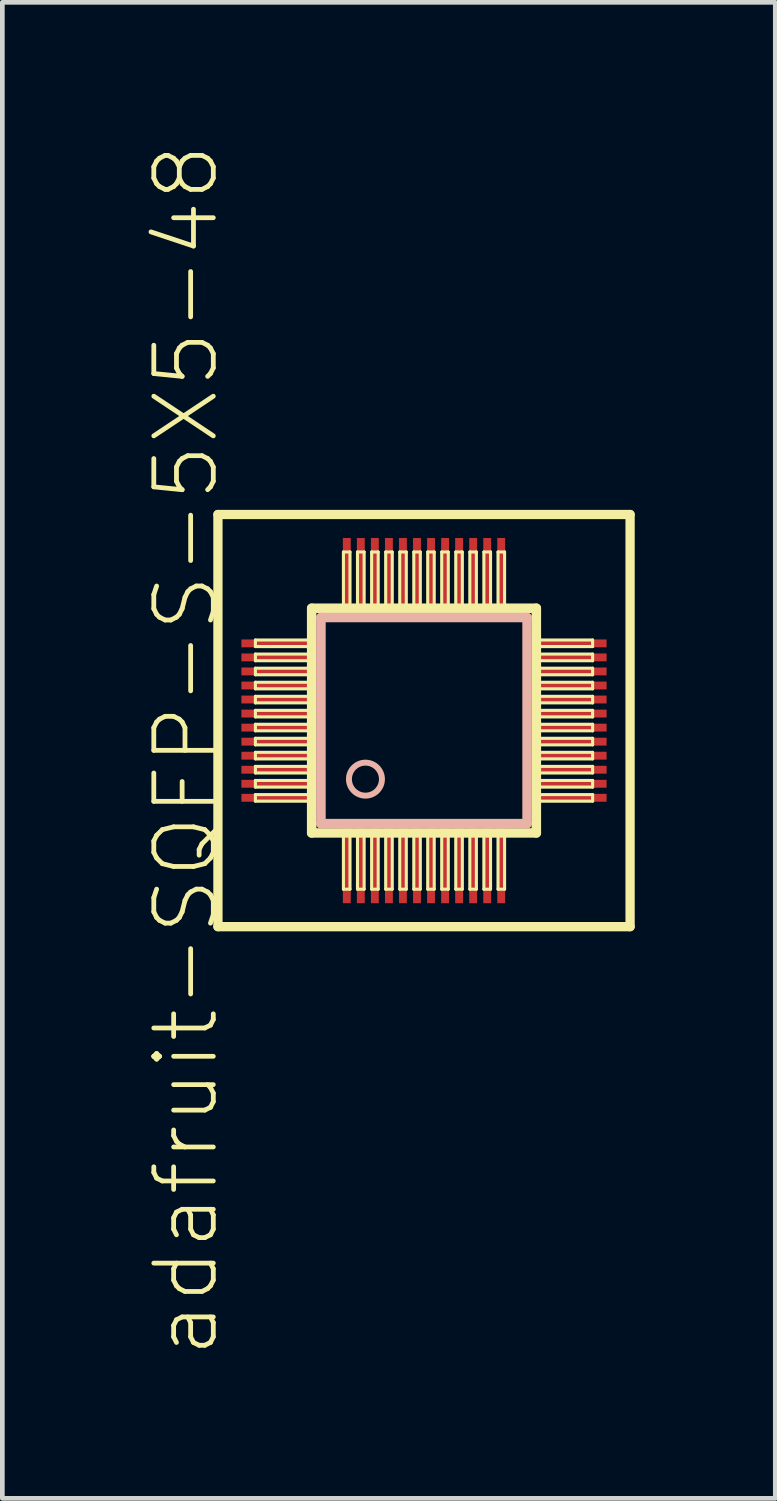
<source format=kicad_pcb>
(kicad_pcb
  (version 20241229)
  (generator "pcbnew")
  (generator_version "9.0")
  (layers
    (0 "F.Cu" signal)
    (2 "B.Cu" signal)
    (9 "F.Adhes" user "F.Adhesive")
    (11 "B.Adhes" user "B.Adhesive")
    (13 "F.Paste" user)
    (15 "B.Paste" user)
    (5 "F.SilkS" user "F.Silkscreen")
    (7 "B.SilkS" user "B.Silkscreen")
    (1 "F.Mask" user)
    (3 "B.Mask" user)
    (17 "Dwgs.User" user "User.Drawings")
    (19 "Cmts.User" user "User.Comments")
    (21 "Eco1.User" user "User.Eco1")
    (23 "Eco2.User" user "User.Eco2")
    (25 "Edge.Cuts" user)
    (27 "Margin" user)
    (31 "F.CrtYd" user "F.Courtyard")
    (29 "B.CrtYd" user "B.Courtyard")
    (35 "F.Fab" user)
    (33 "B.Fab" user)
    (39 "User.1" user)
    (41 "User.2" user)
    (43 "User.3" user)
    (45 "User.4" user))
  (footprint "adafruit-SQFP-S-5X5-48"
    (layer "F.Cu")
    (at 6.001 12.332)
    (property "Reference" "adafruit-SQFP-S-5X5-48" (at -5.08 0.635 90) (layer "F.SilkS") (effects (font (size 1.27 1.27) (thickness 0.102))))
    (attr smd)
    (fp_line (start -4.399 -4.399) (end 4.399 -4.399) (stroke (width 0.198) (type solid)) (layer "F.SilkS"))
    (fp_line (start -4.399 4.399) (end -4.399 -4.399) (stroke (width 0.198) (type solid)) (layer "F.SilkS"))
    (fp_line (start -3.599 -1.72) (end -2.449 -1.72) (stroke (width 0.066) (type solid)) (layer "F.SilkS"))
    (fp_line (start -3.599 -1.58) (end -3.599 -1.72) (stroke (width 0.066) (type solid)) (layer "F.SilkS"))
    (fp_line (start -3.599 -1.58) (end -2.449 -1.58) (stroke (width 0.066) (type solid)) (layer "F.SilkS"))
    (fp_line (start -3.599 -1.42) (end -2.449 -1.42) (stroke (width 0.066) (type solid)) (layer "F.SilkS"))
    (fp_line (start -3.599 -1.278) (end -3.599 -1.42) (stroke (width 0.066) (type solid)) (layer "F.SilkS"))
    (fp_line (start -3.599 -1.278) (end -2.449 -1.278) (stroke (width 0.066) (type solid)) (layer "F.SilkS"))
    (fp_line (start -3.599 -1.118) (end -2.449 -1.118) (stroke (width 0.066) (type solid)) (layer "F.SilkS"))
    (fp_line (start -3.599 -0.978) (end -3.599 -1.118) (stroke (width 0.066) (type solid)) (layer "F.SilkS"))
    (fp_line (start -3.599 -0.978) (end -2.449 -0.978) (stroke (width 0.066) (type solid)) (layer "F.SilkS"))
    (fp_line (start -3.599 -0.818) (end -2.449 -0.818) (stroke (width 0.066) (type solid)) (layer "F.SilkS"))
    (fp_line (start -3.599 -0.678) (end -3.599 -0.818) (stroke (width 0.066) (type solid)) (layer "F.SilkS"))
    (fp_line (start -3.599 -0.678) (end -2.449 -0.678) (stroke (width 0.066) (type solid)) (layer "F.SilkS"))
    (fp_line (start -3.599 -0.518) (end -2.449 -0.518) (stroke (width 0.066) (type solid)) (layer "F.SilkS"))
    (fp_line (start -3.599 -0.378) (end -3.599 -0.518) (stroke (width 0.066) (type solid)) (layer "F.SilkS"))
    (fp_line (start -3.599 -0.378) (end -2.449 -0.378) (stroke (width 0.066) (type solid)) (layer "F.SilkS"))
    (fp_line (start -3.599 -0.218) (end -2.449 -0.218) (stroke (width 0.066) (type solid)) (layer "F.SilkS"))
    (fp_line (start -3.599 -0.079) (end -3.599 -0.218) (stroke (width 0.066) (type solid)) (layer "F.SilkS"))
    (fp_line (start -3.599 -0.079) (end -2.449 -0.079) (stroke (width 0.066) (type solid)) (layer "F.SilkS"))
    (fp_line (start -3.599 0.079) (end -2.449 0.079) (stroke (width 0.066) (type solid)) (layer "F.SilkS"))
    (fp_line (start -3.599 0.218) (end -3.599 0.079) (stroke (width 0.066) (type solid)) (layer "F.SilkS"))
    (fp_line (start -3.599 0.218) (end -2.449 0.218) (stroke (width 0.066) (type solid)) (layer "F.SilkS"))
    (fp_line (start -3.599 0.378) (end -2.449 0.378) (stroke (width 0.066) (type solid)) (layer "F.SilkS"))
    (fp_line (start -3.599 0.518) (end -3.599 0.378) (stroke (width 0.066) (type solid)) (layer "F.SilkS"))
    (fp_line (start -3.599 0.518) (end -2.449 0.518) (stroke (width 0.066) (type solid)) (layer "F.SilkS"))
    (fp_line (start -3.599 0.678) (end -2.449 0.678) (stroke (width 0.066) (type solid)) (layer "F.SilkS"))
    (fp_line (start -3.599 0.818) (end -3.599 0.678) (stroke (width 0.066) (type solid)) (layer "F.SilkS"))
    (fp_line (start -3.599 0.818) (end -2.449 0.818) (stroke (width 0.066) (type solid)) (layer "F.SilkS"))
    (fp_line (start -3.599 0.978) (end -2.449 0.978) (stroke (width 0.066) (type solid)) (layer "F.SilkS"))
    (fp_line (start -3.599 1.118) (end -3.599 0.978) (stroke (width 0.066) (type solid)) (layer "F.SilkS"))
    (fp_line (start -3.599 1.118) (end -2.449 1.118) (stroke (width 0.066) (type solid)) (layer "F.SilkS"))
    (fp_line (start -3.599 1.278) (end -2.449 1.278) (stroke (width 0.066) (type solid)) (layer "F.SilkS"))
    (fp_line (start -3.599 1.42) (end -3.599 1.278) (stroke (width 0.066) (type solid)) (layer "F.SilkS"))
    (fp_line (start -3.599 1.42) (end -2.449 1.42) (stroke (width 0.066) (type solid)) (layer "F.SilkS"))
    (fp_line (start -3.599 1.58) (end -2.449 1.58) (stroke (width 0.066) (type solid)) (layer "F.SilkS"))
    (fp_line (start -3.599 1.72) (end -3.599 1.58) (stroke (width 0.066) (type solid)) (layer "F.SilkS"))
    (fp_line (start -3.599 1.72) (end -2.449 1.72) (stroke (width 0.066) (type solid)) (layer "F.SilkS"))
    (fp_line (start -2.449 -1.58) (end -2.449 -1.72) (stroke (width 0.066) (type solid)) (layer "F.SilkS"))
    (fp_line (start -2.449 -1.278) (end -2.449 -1.42) (stroke (width 0.066) (type solid)) (layer "F.SilkS"))
    (fp_line (start -2.449 -0.978) (end -2.449 -1.118) (stroke (width 0.066) (type solid)) (layer "F.SilkS"))
    (fp_line (start -2.449 -0.678) (end -2.449 -0.818) (stroke (width 0.066) (type solid)) (layer "F.SilkS"))
    (fp_line (start -2.449 -0.378) (end -2.449 -0.518) (stroke (width 0.066) (type solid)) (layer "F.SilkS"))
    (fp_line (start -2.449 -0.079) (end -2.449 -0.218) (stroke (width 0.066) (type solid)) (layer "F.SilkS"))
    (fp_line (start -2.449 0.218) (end -2.449 0.079) (stroke (width 0.066) (type solid)) (layer "F.SilkS"))
    (fp_line (start -2.449 0.518) (end -2.449 0.378) (stroke (width 0.066) (type solid)) (layer "F.SilkS"))
    (fp_line (start -2.449 0.818) (end -2.449 0.678) (stroke (width 0.066) (type solid)) (layer "F.SilkS"))
    (fp_line (start -2.449 1.118) (end -2.449 0.978) (stroke (width 0.066) (type solid)) (layer "F.SilkS"))
    (fp_line (start -2.449 1.42) (end -2.449 1.278) (stroke (width 0.066) (type solid)) (layer "F.SilkS"))
    (fp_line (start -2.449 1.72) (end -2.449 1.58) (stroke (width 0.066) (type solid)) (layer "F.SilkS"))
    (fp_line (start -2.398 -2.398) (end -2.398 2.398) (stroke (width 0.203) (type solid)) (layer "F.SilkS"))
    (fp_line (start -2.398 2.398) (end 2.398 2.398) (stroke (width 0.203) (type solid)) (layer "F.SilkS"))
    (fp_line (start -1.72 -3.599) (end -1.58 -3.599) (stroke (width 0.066) (type solid)) (layer "F.SilkS"))
    (fp_line (start -1.72 -2.449) (end -1.72 -3.599) (stroke (width 0.066) (type solid)) (layer "F.SilkS"))
    (fp_line (start -1.72 -2.449) (end -1.58 -2.449) (stroke (width 0.066) (type solid)) (layer "F.SilkS"))
    (fp_line (start -1.72 2.449) (end -1.58 2.449) (stroke (width 0.066) (type solid)) (layer "F.SilkS"))
    (fp_line (start -1.72 3.599) (end -1.72 2.449) (stroke (width 0.066) (type solid)) (layer "F.SilkS"))
    (fp_line (start -1.72 3.599) (end -1.58 3.599) (stroke (width 0.066) (type solid)) (layer "F.SilkS"))
    (fp_line (start -1.58 -2.449) (end -1.58 -3.599) (stroke (width 0.066) (type solid)) (layer "F.SilkS"))
    (fp_line (start -1.58 3.599) (end -1.58 2.449) (stroke (width 0.066) (type solid)) (layer "F.SilkS"))
    (fp_line (start -1.42 -3.599) (end -1.278 -3.599) (stroke (width 0.066) (type solid)) (layer "F.SilkS"))
    (fp_line (start -1.42 -2.449) (end -1.42 -3.599) (stroke (width 0.066) (type solid)) (layer "F.SilkS"))
    (fp_line (start -1.42 -2.449) (end -1.278 -2.449) (stroke (width 0.066) (type solid)) (layer "F.SilkS"))
    (fp_line (start -1.42 2.449) (end -1.278 2.449) (stroke (width 0.066) (type solid)) (layer "F.SilkS"))
    (fp_line (start -1.42 3.599) (end -1.42 2.449) (stroke (width 0.066) (type solid)) (layer "F.SilkS"))
    (fp_line (start -1.42 3.599) (end -1.278 3.599) (stroke (width 0.066) (type solid)) (layer "F.SilkS"))
    (fp_line (start -1.278 -2.449) (end -1.278 -3.599) (stroke (width 0.066) (type solid)) (layer "F.SilkS"))
    (fp_line (start -1.278 3.599) (end -1.278 2.449) (stroke (width 0.066) (type solid)) (layer "F.SilkS"))
    (fp_line (start -1.118 -3.599) (end -0.978 -3.599) (stroke (width 0.066) (type solid)) (layer "F.SilkS"))
    (fp_line (start -1.118 -2.449) (end -1.118 -3.599) (stroke (width 0.066) (type solid)) (layer "F.SilkS"))
    (fp_line (start -1.118 -2.449) (end -0.978 -2.449) (stroke (width 0.066) (type solid)) (layer "F.SilkS"))
    (fp_line (start -1.118 2.449) (end -0.978 2.449) (stroke (width 0.066) (type solid)) (layer "F.SilkS"))
    (fp_line (start -1.118 3.599) (end -1.118 2.449) (stroke (width 0.066) (type solid)) (layer "F.SilkS"))
    (fp_line (start -1.118 3.599) (end -0.978 3.599) (stroke (width 0.066) (type solid)) (layer "F.SilkS"))
    (fp_line (start -0.978 -2.449) (end -0.978 -3.599) (stroke (width 0.066) (type solid)) (layer "F.SilkS"))
    (fp_line (start -0.978 3.599) (end -0.978 2.449) (stroke (width 0.066) (type solid)) (layer "F.SilkS"))
    (fp_line (start -0.818 -3.599) (end -0.678 -3.599) (stroke (width 0.066) (type solid)) (layer "F.SilkS"))
    (fp_line (start -0.818 -2.449) (end -0.818 -3.599) (stroke (width 0.066) (type solid)) (layer "F.SilkS"))
    (fp_line (start -0.818 -2.449) (end -0.678 -2.449) (stroke (width 0.066) (type solid)) (layer "F.SilkS"))
    (fp_line (start -0.818 2.449) (end -0.678 2.449) (stroke (width 0.066) (type solid)) (layer "F.SilkS"))
    (fp_line (start -0.818 3.599) (end -0.818 2.449) (stroke (width 0.066) (type solid)) (layer "F.SilkS"))
    (fp_line (start -0.818 3.599) (end -0.678 3.599) (stroke (width 0.066) (type solid)) (layer "F.SilkS"))
    (fp_line (start -0.678 -2.449) (end -0.678 -3.599) (stroke (width 0.066) (type solid)) (layer "F.SilkS"))
    (fp_line (start -0.678 3.599) (end -0.678 2.449) (stroke (width 0.066) (type solid)) (layer "F.SilkS"))
    (fp_line (start -0.518 -3.599) (end -0.378 -3.599) (stroke (width 0.066) (type solid)) (layer "F.SilkS"))
    (fp_line (start -0.518 -2.449) (end -0.518 -3.599) (stroke (width 0.066) (type solid)) (layer "F.SilkS"))
    (fp_line (start -0.518 -2.449) (end -0.378 -2.449) (stroke (width 0.066) (type solid)) (layer "F.SilkS"))
    (fp_line (start -0.518 2.449) (end -0.378 2.449) (stroke (width 0.066) (type solid)) (layer "F.SilkS"))
    (fp_line (start -0.518 3.599) (end -0.518 2.449) (stroke (width 0.066) (type solid)) (layer "F.SilkS"))
    (fp_line (start -0.518 3.599) (end -0.378 3.599) (stroke (width 0.066) (type solid)) (layer "F.SilkS"))
    (fp_line (start -0.378 -2.449) (end -0.378 -3.599) (stroke (width 0.066) (type solid)) (layer "F.SilkS"))
    (fp_line (start -0.378 3.599) (end -0.378 2.449) (stroke (width 0.066) (type solid)) (layer "F.SilkS"))
    (fp_line (start -0.218 -3.599) (end -0.079 -3.599) (stroke (width 0.066) (type solid)) (layer "F.SilkS"))
    (fp_line (start -0.218 -2.449) (end -0.218 -3.599) (stroke (width 0.066) (type solid)) (layer "F.SilkS"))
    (fp_line (start -0.218 -2.449) (end -0.079 -2.449) (stroke (width 0.066) (type solid)) (layer "F.SilkS"))
    (fp_line (start -0.218 2.449) (end -0.079 2.449) (stroke (width 0.066) (type solid)) (layer "F.SilkS"))
    (fp_line (start -0.218 3.599) (end -0.218 2.449) (stroke (width 0.066) (type solid)) (layer "F.SilkS"))
    (fp_line (start -0.218 3.599) (end -0.079 3.599) (stroke (width 0.066) (type solid)) (layer "F.SilkS"))
    (fp_line (start -0.079 -2.449) (end -0.079 -3.599) (stroke (width 0.066) (type solid)) (layer "F.SilkS"))
    (fp_line (start -0.079 3.599) (end -0.079 2.449) (stroke (width 0.066) (type solid)) (layer "F.SilkS"))
    (fp_line (start 0.079 -3.599) (end 0.218 -3.599) (stroke (width 0.066) (type solid)) (layer "F.SilkS"))
    (fp_line (start 0.079 -2.449) (end 0.079 -3.599) (stroke (width 0.066) (type solid)) (layer "F.SilkS"))
    (fp_line (start 0.079 -2.449) (end 0.218 -2.449) (stroke (width 0.066) (type solid)) (layer "F.SilkS"))
    (fp_line (start 0.079 2.449) (end 0.218 2.449) (stroke (width 0.066) (type solid)) (layer "F.SilkS"))
    (fp_line (start 0.079 3.599) (end 0.079 2.449) (stroke (width 0.066) (type solid)) (layer "F.SilkS"))
    (fp_line (start 0.079 3.599) (end 0.218 3.599) (stroke (width 0.066) (type solid)) (layer "F.SilkS"))
    (fp_line (start 0.218 -2.449) (end 0.218 -3.599) (stroke (width 0.066) (type solid)) (layer "F.SilkS"))
    (fp_line (start 0.218 3.599) (end 0.218 2.449) (stroke (width 0.066) (type solid)) (layer "F.SilkS"))
    (fp_line (start 0.378 -3.599) (end 0.518 -3.599) (stroke (width 0.066) (type solid)) (layer "F.SilkS"))
    (fp_line (start 0.378 -2.449) (end 0.378 -3.599) (stroke (width 0.066) (type solid)) (layer "F.SilkS"))
    (fp_line (start 0.378 -2.449) (end 0.518 -2.449) (stroke (width 0.066) (type solid)) (layer "F.SilkS"))
    (fp_line (start 0.378 2.449) (end 0.518 2.449) (stroke (width 0.066) (type solid)) (layer "F.SilkS"))
    (fp_line (start 0.378 3.599) (end 0.378 2.449) (stroke (width 0.066) (type solid)) (layer "F.SilkS"))
    (fp_line (start 0.378 3.599) (end 0.518 3.599) (stroke (width 0.066) (type solid)) (layer "F.SilkS"))
    (fp_line (start 0.518 -2.449) (end 0.518 -3.599) (stroke (width 0.066) (type solid)) (layer "F.SilkS"))
    (fp_line (start 0.518 3.599) (end 0.518 2.449) (stroke (width 0.066) (type solid)) (layer "F.SilkS"))
    (fp_line (start 0.678 -3.599) (end 0.818 -3.599) (stroke (width 0.066) (type solid)) (layer "F.SilkS"))
    (fp_line (start 0.678 -2.449) (end 0.678 -3.599) (stroke (width 0.066) (type solid)) (layer "F.SilkS"))
    (fp_line (start 0.678 -2.449) (end 0.818 -2.449) (stroke (width 0.066) (type solid)) (layer "F.SilkS"))
    (fp_line (start 0.678 2.449) (end 0.818 2.449) (stroke (width 0.066) (type solid)) (layer "F.SilkS"))
    (fp_line (start 0.678 3.599) (end 0.678 2.449) (stroke (width 0.066) (type solid)) (layer "F.SilkS"))
    (fp_line (start 0.678 3.599) (end 0.818 3.599) (stroke (width 0.066) (type solid)) (layer "F.SilkS"))
    (fp_line (start 0.818 -2.449) (end 0.818 -3.599) (stroke (width 0.066) (type solid)) (layer "F.SilkS"))
    (fp_line (start 0.818 3.599) (end 0.818 2.449) (stroke (width 0.066) (type solid)) (layer "F.SilkS"))
    (fp_line (start 0.978 -3.599) (end 1.118 -3.599) (stroke (width 0.066) (type solid)) (layer "F.SilkS"))
    (fp_line (start 0.978 -2.449) (end 0.978 -3.599) (stroke (width 0.066) (type solid)) (layer "F.SilkS"))
    (fp_line (start 0.978 -2.449) (end 1.118 -2.449) (stroke (width 0.066) (type solid)) (layer "F.SilkS"))
    (fp_line (start 0.978 2.449) (end 1.118 2.449) (stroke (width 0.066) (type solid)) (layer "F.SilkS"))
    (fp_line (start 0.978 3.599) (end 0.978 2.449) (stroke (width 0.066) (type solid)) (layer "F.SilkS"))
    (fp_line (start 0.978 3.599) (end 1.118 3.599) (stroke (width 0.066) (type solid)) (layer "F.SilkS"))
    (fp_line (start 1.118 -2.449) (end 1.118 -3.599) (stroke (width 0.066) (type solid)) (layer "F.SilkS"))
    (fp_line (start 1.118 3.599) (end 1.118 2.449) (stroke (width 0.066) (type solid)) (layer "F.SilkS"))
    (fp_line (start 1.278 -3.599) (end 1.42 -3.599) (stroke (width 0.066) (type solid)) (layer "F.SilkS"))
    (fp_line (start 1.278 -2.449) (end 1.278 -3.599) (stroke (width 0.066) (type solid)) (layer "F.SilkS"))
    (fp_line (start 1.278 -2.449) (end 1.42 -2.449) (stroke (width 0.066) (type solid)) (layer "F.SilkS"))
    (fp_line (start 1.278 2.449) (end 1.42 2.449) (stroke (width 0.066) (type solid)) (layer "F.SilkS"))
    (fp_line (start 1.278 3.599) (end 1.278 2.449) (stroke (width 0.066) (type solid)) (layer "F.SilkS"))
    (fp_line (start 1.278 3.599) (end 1.42 3.599) (stroke (width 0.066) (type solid)) (layer "F.SilkS"))
    (fp_line (start 1.42 -2.449) (end 1.42 -3.599) (stroke (width 0.066) (type solid)) (layer "F.SilkS"))
    (fp_line (start 1.42 3.599) (end 1.42 2.449) (stroke (width 0.066) (type solid)) (layer "F.SilkS"))
    (fp_line (start 1.58 -3.599) (end 1.72 -3.599) (stroke (width 0.066) (type solid)) (layer "F.SilkS"))
    (fp_line (start 1.58 -2.449) (end 1.58 -3.599) (stroke (width 0.066) (type solid)) (layer "F.SilkS"))
    (fp_line (start 1.58 -2.449) (end 1.72 -2.449) (stroke (width 0.066) (type solid)) (layer "F.SilkS"))
    (fp_line (start 1.58 2.449) (end 1.72 2.449) (stroke (width 0.066) (type solid)) (layer "F.SilkS"))
    (fp_line (start 1.58 3.599) (end 1.58 2.449) (stroke (width 0.066) (type solid)) (layer "F.SilkS"))
    (fp_line (start 1.58 3.599) (end 1.72 3.599) (stroke (width 0.066) (type solid)) (layer "F.SilkS"))
    (fp_line (start 1.72 -2.449) (end 1.72 -3.599) (stroke (width 0.066) (type solid)) (layer "F.SilkS"))
    (fp_line (start 1.72 3.599) (end 1.72 2.449) (stroke (width 0.066) (type solid)) (layer "F.SilkS"))
    (fp_line (start 2.398 -2.398) (end -2.398 -2.398) (stroke (width 0.203) (type solid)) (layer "F.SilkS"))
    (fp_line (start 2.398 2.398) (end 2.398 -2.398) (stroke (width 0.203) (type solid)) (layer "F.SilkS"))
    (fp_line (start 2.449 -1.72) (end 3.599 -1.72) (stroke (width 0.066) (type solid)) (layer "F.SilkS"))
    (fp_line (start 2.449 -1.58) (end 2.449 -1.72) (stroke (width 0.066) (type solid)) (layer "F.SilkS"))
    (fp_line (start 2.449 -1.58) (end 3.599 -1.58) (stroke (width 0.066) (type solid)) (layer "F.SilkS"))
    (fp_line (start 2.449 -1.42) (end 3.599 -1.42) (stroke (width 0.066) (type solid)) (layer "F.SilkS"))
    (fp_line (start 2.449 -1.278) (end 2.449 -1.42) (stroke (width 0.066) (type solid)) (layer "F.SilkS"))
    (fp_line (start 2.449 -1.278) (end 3.599 -1.278) (stroke (width 0.066) (type solid)) (layer "F.SilkS"))
    (fp_line (start 2.449 -1.118) (end 3.599 -1.118) (stroke (width 0.066) (type solid)) (layer "F.SilkS"))
    (fp_line (start 2.449 -0.978) (end 2.449 -1.118) (stroke (width 0.066) (type solid)) (layer "F.SilkS"))
    (fp_line (start 2.449 -0.978) (end 3.599 -0.978) (stroke (width 0.066) (type solid)) (layer "F.SilkS"))
    (fp_line (start 2.449 -0.818) (end 3.599 -0.818) (stroke (width 0.066) (type solid)) (layer "F.SilkS"))
    (fp_line (start 2.449 -0.678) (end 2.449 -0.818) (stroke (width 0.066) (type solid)) (layer "F.SilkS"))
    (fp_line (start 2.449 -0.678) (end 3.599 -0.678) (stroke (width 0.066) (type solid)) (layer "F.SilkS"))
    (fp_line (start 2.449 -0.518) (end 3.599 -0.518) (stroke (width 0.066) (type solid)) (layer "F.SilkS"))
    (fp_line (start 2.449 -0.378) (end 2.449 -0.518) (stroke (width 0.066) (type solid)) (layer "F.SilkS"))
    (fp_line (start 2.449 -0.378) (end 3.599 -0.378) (stroke (width 0.066) (type solid)) (layer "F.SilkS"))
    (fp_line (start 2.449 -0.218) (end 3.599 -0.218) (stroke (width 0.066) (type solid)) (layer "F.SilkS"))
    (fp_line (start 2.449 -0.079) (end 2.449 -0.218) (stroke (width 0.066) (type solid)) (layer "F.SilkS"))
    (fp_line (start 2.449 -0.079) (end 3.599 -0.079) (stroke (width 0.066) (type solid)) (layer "F.SilkS"))
    (fp_line (start 2.449 0.079) (end 3.599 0.079) (stroke (width 0.066) (type solid)) (layer "F.SilkS"))
    (fp_line (start 2.449 0.218) (end 2.449 0.079) (stroke (width 0.066) (type solid)) (layer "F.SilkS"))
    (fp_line (start 2.449 0.218) (end 3.599 0.218) (stroke (width 0.066) (type solid)) (layer "F.SilkS"))
    (fp_line (start 2.449 0.378) (end 3.599 0.378) (stroke (width 0.066) (type solid)) (layer "F.SilkS"))
    (fp_line (start 2.449 0.518) (end 2.449 0.378) (stroke (width 0.066) (type solid)) (layer "F.SilkS"))
    (fp_line (start 2.449 0.518) (end 3.599 0.518) (stroke (width 0.066) (type solid)) (layer "F.SilkS"))
    (fp_line (start 2.449 0.678) (end 3.599 0.678) (stroke (width 0.066) (type solid)) (layer "F.SilkS"))
    (fp_line (start 2.449 0.818) (end 2.449 0.678) (stroke (width 0.066) (type solid)) (layer "F.SilkS"))
    (fp_line (start 2.449 0.818) (end 3.599 0.818) (stroke (width 0.066) (type solid)) (layer "F.SilkS"))
    (fp_line (start 2.449 0.978) (end 3.599 0.978) (stroke (width 0.066) (type solid)) (layer "F.SilkS"))
    (fp_line (start 2.449 1.118) (end 2.449 0.978) (stroke (width 0.066) (type solid)) (layer "F.SilkS"))
    (fp_line (start 2.449 1.118) (end 3.599 1.118) (stroke (width 0.066) (type solid)) (layer "F.SilkS"))
    (fp_line (start 2.449 1.278) (end 3.599 1.278) (stroke (width 0.066) (type solid)) (layer "F.SilkS"))
    (fp_line (start 2.449 1.42) (end 2.449 1.278) (stroke (width 0.066) (type solid)) (layer "F.SilkS"))
    (fp_line (start 2.449 1.42) (end 3.599 1.42) (stroke (width 0.066) (type solid)) (layer "F.SilkS"))
    (fp_line (start 2.449 1.58) (end 3.599 1.58) (stroke (width 0.066) (type solid)) (layer "F.SilkS"))
    (fp_line (start 2.449 1.72) (end 2.449 1.58) (stroke (width 0.066) (type solid)) (layer "F.SilkS"))
    (fp_line (start 2.449 1.72) (end 3.599 1.72) (stroke (width 0.066) (type solid)) (layer "F.SilkS"))
    (fp_line (start 3.599 -1.58) (end 3.599 -1.72) (stroke (width 0.066) (type solid)) (layer "F.SilkS"))
    (fp_line (start 3.599 -1.278) (end 3.599 -1.42) (stroke (width 0.066) (type solid)) (layer "F.SilkS"))
    (fp_line (start 3.599 -0.978) (end 3.599 -1.118) (stroke (width 0.066) (type solid)) (layer "F.SilkS"))
    (fp_line (start 3.599 -0.678) (end 3.599 -0.818) (stroke (width 0.066) (type solid)) (layer "F.SilkS"))
    (fp_line (start 3.599 -0.378) (end 3.599 -0.518) (stroke (width 0.066) (type solid)) (layer "F.SilkS"))
    (fp_line (start 3.599 -0.079) (end 3.599 -0.218) (stroke (width 0.066) (type solid)) (layer "F.SilkS"))
    (fp_line (start 3.599 0.218) (end 3.599 0.079) (stroke (width 0.066) (type solid)) (layer "F.SilkS"))
    (fp_line (start 3.599 0.518) (end 3.599 0.378) (stroke (width 0.066) (type solid)) (layer "F.SilkS"))
    (fp_line (start 3.599 0.818) (end 3.599 0.678) (stroke (width 0.066) (type solid)) (layer "F.SilkS"))
    (fp_line (start 3.599 1.118) (end 3.599 0.978) (stroke (width 0.066) (type solid)) (layer "F.SilkS"))
    (fp_line (start 3.599 1.42) (end 3.599 1.278) (stroke (width 0.066) (type solid)) (layer "F.SilkS"))
    (fp_line (start 3.599 1.72) (end 3.599 1.58) (stroke (width 0.066) (type solid)) (layer "F.SilkS"))
    (fp_line (start 4.399 -4.399) (end 4.399 4.399) (stroke (width 0.198) (type solid)) (layer "F.SilkS"))
    (fp_line (start 4.399 4.399) (end -4.399 4.399) (stroke (width 0.198) (type solid)) (layer "F.SilkS"))
    (fp_line (start -2.2 -2.2) (end 2.2 -2.2) (stroke (width 0.203) (type solid)) (layer "B.SilkS"))
    (fp_line (start -2.2 2.2) (end -2.2 -2.2) (stroke (width 0.203) (type solid)) (layer "B.SilkS"))
    (fp_line (start 2.2 -2.2) (end 2.2 2.2) (stroke (width 0.203) (type solid)) (layer "B.SilkS"))
    (fp_line (start 2.2 2.2) (end -2.2 2.2) (stroke (width 0.203) (type solid)) (layer "B.SilkS"))
    (fp_circle (center -1.25 1.25) (end -1.499 1.499) (stroke (width 0.127) (type solid)) (fill no) (layer "B.SilkS"))
    (pad "1" smd rect (at -1.648 3.099) (size 0.168 1.598) (layers "F.Cu" "F.Mask" "F.Paste"))
    (pad "2" smd rect (at -1.349 3.099) (size 0.168 1.598) (layers "F.Cu" "F.Mask" "F.Paste"))
    (pad "3" smd rect (at -1.049 3.099) (size 0.168 1.598) (layers "F.Cu" "F.Mask" "F.Paste"))
    (pad "4" smd rect (at -0.749 3.099) (size 0.168 1.598) (layers "F.Cu" "F.Mask" "F.Paste"))
    (pad "5" smd rect (at -0.45 3.099) (size 0.168 1.598) (layers "F.Cu" "F.Mask" "F.Paste"))
    (pad "6" smd rect (at -0.15 3.099) (size 0.168 1.598) (layers "F.Cu" "F.Mask" "F.Paste"))
    (pad "7" smd rect (at 0.15 3.099) (size 0.168 1.598) (layers "F.Cu" "F.Mask" "F.Paste"))
    (pad "8" smd rect (at 0.45 3.099) (size 0.168 1.598) (layers "F.Cu" "F.Mask" "F.Paste"))
    (pad "9" smd rect (at 0.749 3.099) (size 0.168 1.598) (layers "F.Cu" "F.Mask" "F.Paste"))
    (pad "10" smd rect (at 1.049 3.099) (size 0.168 1.598) (layers "F.Cu" "F.Mask" "F.Paste"))
    (pad "11" smd rect (at 1.349 3.099) (size 0.168 1.598) (layers "F.Cu" "F.Mask" "F.Paste"))
    (pad "12" smd rect (at 1.648 3.099) (size 0.168 1.598) (layers "F.Cu" "F.Mask" "F.Paste"))
    (pad "13" smd rect (at 3.099 1.648) (size 1.598 0.168) (layers "F.Cu" "F.Mask" "F.Paste"))
    (pad "14" smd rect (at 3.099 1.349) (size 1.598 0.168) (layers "F.Cu" "F.Mask" "F.Paste"))
    (pad "15" smd rect (at 3.099 1.049) (size 1.598 0.168) (layers "F.Cu" "F.Mask" "F.Paste"))
    (pad "16" smd rect (at 3.099 0.749) (size 1.598 0.168) (layers "F.Cu" "F.Mask" "F.Paste"))
    (pad "17" smd rect (at 3.099 0.45) (size 1.598 0.168) (layers "F.Cu" "F.Mask" "F.Paste"))
    (pad "18" smd rect (at 3.099 0.15) (size 1.598 0.168) (layers "F.Cu" "F.Mask" "F.Paste"))
    (pad "19" smd rect (at 3.099 -0.15) (size 1.598 0.168) (layers "F.Cu" "F.Mask" "F.Paste"))
    (pad "20" smd rect (at 3.099 -0.45) (size 1.598 0.168) (layers "F.Cu" "F.Mask" "F.Paste"))
    (pad "21" smd rect (at 3.099 -0.749) (size 1.598 0.168) (layers "F.Cu" "F.Mask" "F.Paste"))
    (pad "22" smd rect (at 3.099 -1.049) (size 1.598 0.168) (layers "F.Cu" "F.Mask" "F.Paste"))
    (pad "23" smd rect (at 3.099 -1.349) (size 1.598 0.168) (layers "F.Cu" "F.Mask" "F.Paste"))
    (pad "24" smd rect (at 3.099 -1.648) (size 1.598 0.168) (layers "F.Cu" "F.Mask" "F.Paste"))
    (pad "25" smd rect (at 1.648 -3.099) (size 0.168 1.598) (layers "F.Cu" "F.Mask" "F.Paste"))
    (pad "26" smd rect (at 1.349 -3.099) (size 0.168 1.598) (layers "F.Cu" "F.Mask" "F.Paste"))
    (pad "27" smd rect (at 1.049 -3.099) (size 0.168 1.598) (layers "F.Cu" "F.Mask" "F.Paste"))
    (pad "28" smd rect (at 0.749 -3.099) (size 0.168 1.598) (layers "F.Cu" "F.Mask" "F.Paste"))
    (pad "29" smd rect (at 0.45 -3.099) (size 0.168 1.598) (layers "F.Cu" "F.Mask" "F.Paste"))
    (pad "30" smd rect (at 0.15 -3.099) (size 0.168 1.598) (layers "F.Cu" "F.Mask" "F.Paste"))
    (pad "31" smd rect (at -0.15 -3.099) (size 0.168 1.598) (layers "F.Cu" "F.Mask" "F.Paste"))
    (pad "32" smd rect (at -0.45 -3.099) (size 0.168 1.598) (layers "F.Cu" "F.Mask" "F.Paste"))
    (pad "33" smd rect (at -0.749 -3.099) (size 0.168 1.598) (layers "F.Cu" "F.Mask" "F.Paste"))
    (pad "34" smd rect (at -1.049 -3.099) (size 0.168 1.598) (layers "F.Cu" "F.Mask" "F.Paste"))
    (pad "35" smd rect (at -1.349 -3.099) (size 0.168 1.598) (layers "F.Cu" "F.Mask" "F.Paste"))
    (pad "36" smd rect (at -1.648 -3.099) (size 0.168 1.598) (layers "F.Cu" "F.Mask" "F.Paste"))
    (pad "37" smd rect (at -3.099 -1.648) (size 1.598 0.168) (layers "F.Cu" "F.Mask" "F.Paste"))
    (pad "38" smd rect (at -3.099 -1.349) (size 1.598 0.168) (layers "F.Cu" "F.Mask" "F.Paste"))
    (pad "39" smd rect (at -3.099 -1.049) (size 1.598 0.168) (layers "F.Cu" "F.Mask" "F.Paste"))
    (pad "40" smd rect (at -3.099 -0.749) (size 1.598 0.168) (layers "F.Cu" "F.Mask" "F.Paste"))
    (pad "41" smd rect (at -3.099 -0.45) (size 1.598 0.168) (layers "F.Cu" "F.Mask" "F.Paste"))
    (pad "42" smd rect (at -3.099 -0.15) (size 1.598 0.168) (layers "F.Cu" "F.Mask" "F.Paste"))
    (pad "43" smd rect (at -3.099 0.15) (size 1.598 0.168) (layers "F.Cu" "F.Mask" "F.Paste"))
    (pad "44" smd rect (at -3.099 0.45) (size 1.598 0.168) (layers "F.Cu" "F.Mask" "F.Paste"))
    (pad "45" smd rect (at -3.099 0.749) (size 1.598 0.168) (layers "F.Cu" "F.Mask" "F.Paste"))
    (pad "46" smd rect (at -3.099 1.049) (size 1.598 0.168) (layers "F.Cu" "F.Mask" "F.Paste"))
    (pad "47" smd rect (at -3.099 1.349) (size 1.598 0.168) (layers "F.Cu" "F.Mask" "F.Paste"))
    (pad "48" smd rect (at -3.099 1.648) (size 1.598 0.168) (layers "F.Cu" "F.Mask" "F.Paste")))
  (gr_rect
    (start -3 -3)
    (end 13.5 28.935)
    (stroke (width 0.1) (type default))
    (fill no)
    (layer "Edge.Cuts")))
</source>
